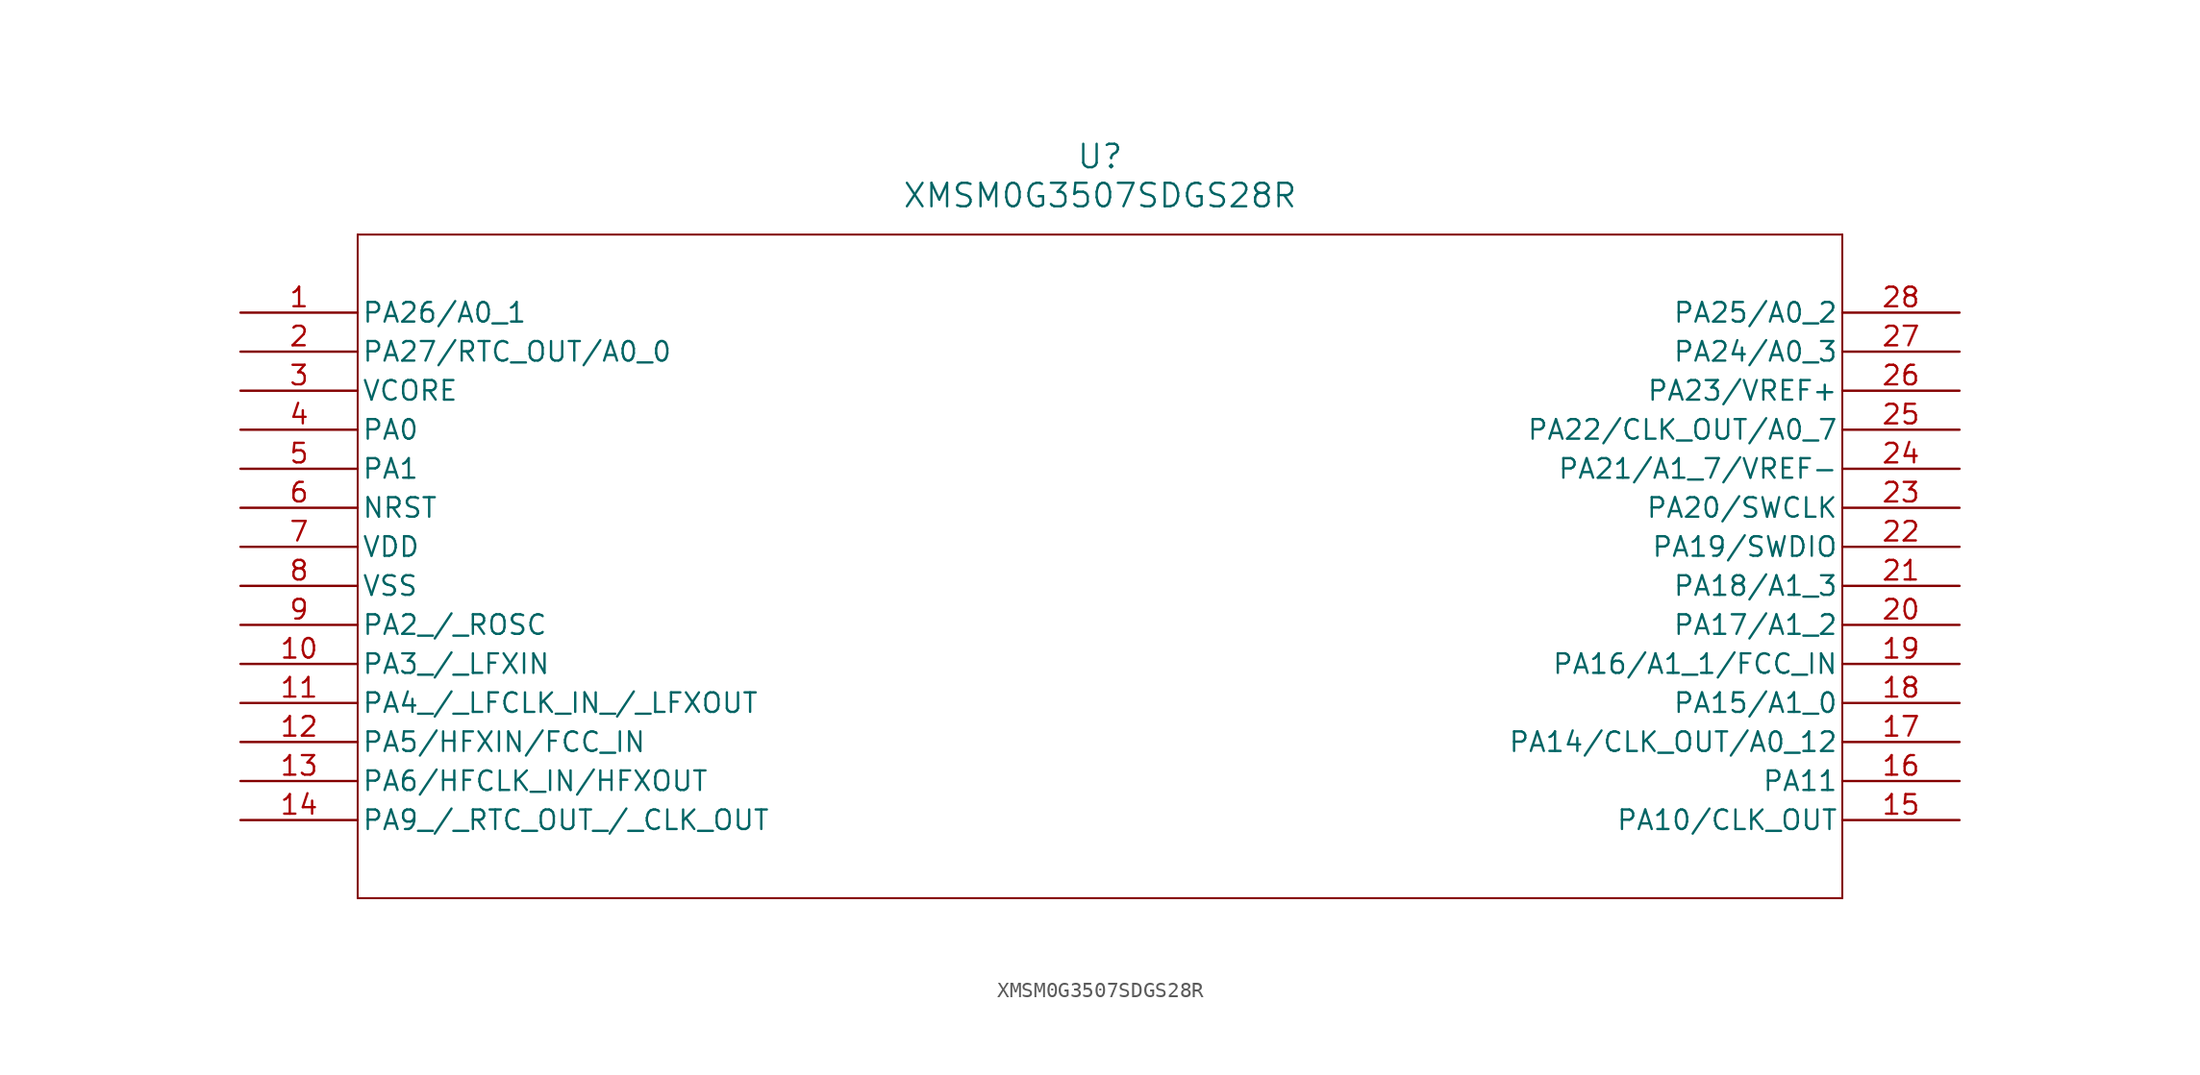
<source format=kicad_sym>
(kicad_symbol_lib
  (version 20211014)
  (generator kicad_symbol_editor)
  (symbol "XMSM0G3507SDGS28R"
    (pin_names
      (offset 0.254))
    (property "Reference" "U"
      (at 55.88 10.16 0)
      (effects (font (size 1.524 1.524))))
    (property "Value" "XMSM0G3507SDGS28R"
      (at 55.88 7.62 0)
      (effects (font (size 1.524 1.524))))
    (symbol "XMSM0G3507SDGS28R_0_1"
      (polyline (pts (xy 7.62 5.08) (xy 7.62 -38.1)) (stroke (width 0.127) (type default) (color 0 0 0 0)) (fill (type none)))
      (polyline (pts (xy 7.62 -38.1) (xy 104.14 -38.1)) (stroke (width 0.127) (type default) (color 0 0 0 0)) (fill (type none)))
      (polyline (pts (xy 104.14 -38.1) (xy 104.14 5.08)) (stroke (width 0.127) (type default) (color 0 0 0 0)) (fill (type none)))
      (polyline (pts (xy 104.14 5.08) (xy 7.62 5.08)) (stroke (width 0.127) (type default) (color 0 0 0 0)) (fill (type none)))
      (pin bidirectional line (at 0 0 0) (length 7.62) (name "PA26/A0_1" (effects (font (size 1.27 1.27)))) (number "1" (effects (font (size 1.27 1.27)))))
      (pin bidirectional line (at 0 -2.54 0) (length 7.62) (name "PA27/RTC_OUT/A0_0" (effects (font (size 1.27 1.27)))) (number "2" (effects (font (size 1.27 1.27)))))
      (pin power_in line (at 0 -5.08 0) (length 7.62) (name "VCORE" (effects (font (size 1.27 1.27)))) (number "3" (effects (font (size 1.27 1.27)))))
      (pin bidirectional line (at 0 -7.62 0) (length 7.62) (name "PA0" (effects (font (size 1.27 1.27)))) (number "4" (effects (font (size 1.27 1.27)))))
      (pin bidirectional line (at 0 -10.16 0) (length 7.62) (name "PA1" (effects (font (size 1.27 1.27)))) (number "5" (effects (font (size 1.27 1.27)))))
      (pin unspecified line (at 0 -12.7 0) (length 7.62) (name "NRST" (effects (font (size 1.27 1.27)))) (number "6" (effects (font (size 1.27 1.27)))))
      (pin power_in line (at 0 -15.24 0) (length 7.62) (name "VDD" (effects (font (size 1.27 1.27)))) (number "7" (effects (font (size 1.27 1.27)))))
      (pin power_out line (at 0 -17.78 0) (length 7.62) (name "VSS" (effects (font (size 1.27 1.27)))) (number "8" (effects (font (size 1.27 1.27)))))
      (pin bidirectional line (at 0 -20.32 0) (length 7.62) (name "PA2 / ROSC" (effects (font (size 1.27 1.27)))) (number "9" (effects (font (size 1.27 1.27)))))
      (pin bidirectional line (at 0 -22.86 0) (length 7.62) (name "PA3 / LFXIN" (effects (font (size 1.27 1.27)))) (number "10" (effects (font (size 1.27 1.27)))))
      (pin bidirectional line (at 0 -25.4 0) (length 7.62) (name "PA4 / LFCLK_IN / LFXOUT" (effects (font (size 1.27 1.27)))) (number "11" (effects (font (size 1.27 1.27)))))
      (pin bidirectional line (at 0 -27.94 0) (length 7.62) (name "PA5/HFXIN/FCC_IN" (effects (font (size 1.27 1.27)))) (number "12" (effects (font (size 1.27 1.27)))))
      (pin bidirectional line (at 0 -30.48 0) (length 7.62) (name "PA6/HFCLK_IN/HFXOUT" (effects (font (size 1.27 1.27)))) (number "13" (effects (font (size 1.27 1.27)))))
      (pin bidirectional line (at 0 -33.02 0) (length 7.62) (name "PA9 / RTC_OUT / CLK_OUT" (effects (font (size 1.27 1.27)))) (number "14" (effects (font (size 1.27 1.27)))))
      (pin bidirectional line (at 111.76 -33.02 180) (length 7.62) (name "PA10/CLK_OUT" (effects (font (size 1.27 1.27)))) (number "15" (effects (font (size 1.27 1.27)))))
      (pin bidirectional line (at 111.76 -30.48 180) (length 7.62) (name "PA11" (effects (font (size 1.27 1.27)))) (number "16" (effects (font (size 1.27 1.27)))))
      (pin bidirectional line (at 111.76 -27.94 180) (length 7.62) (name "PA14/CLK_OUT/A0_12" (effects (font (size 1.27 1.27)))) (number "17" (effects (font (size 1.27 1.27)))))
      (pin bidirectional line (at 111.76 -25.4 180) (length 7.62) (name "PA15/A1_0" (effects (font (size 1.27 1.27)))) (number "18" (effects (font (size 1.27 1.27)))))
      (pin bidirectional line (at 111.76 -22.86 180) (length 7.62) (name "PA16/A1_1/FCC_IN" (effects (font (size 1.27 1.27)))) (number "19" (effects (font (size 1.27 1.27)))))
      (pin bidirectional line (at 111.76 -20.32 180) (length 7.62) (name "PA17/A1_2" (effects (font (size 1.27 1.27)))) (number "20" (effects (font (size 1.27 1.27)))))
      (pin bidirectional line (at 111.76 -17.78 180) (length 7.62) (name "PA18/A1_3" (effects (font (size 1.27 1.27)))) (number "21" (effects (font (size 1.27 1.27)))))
      (pin bidirectional line (at 111.76 -15.24 180) (length 7.62) (name "PA19/SWDIO" (effects (font (size 1.27 1.27)))) (number "22" (effects (font (size 1.27 1.27)))))
      (pin bidirectional line (at 111.76 -12.7 180) (length 7.62) (name "PA20/SWCLK" (effects (font (size 1.27 1.27)))) (number "23" (effects (font (size 1.27 1.27)))))
      (pin power_in line (at 111.76 -10.16 180) (length 7.62) (name "PA21/A1_7/VREF-" (effects (font (size 1.27 1.27)))) (number "24" (effects (font (size 1.27 1.27)))))
      (pin bidirectional line (at 111.76 -7.62 180) (length 7.62) (name "PA22/CLK_OUT/A0_7" (effects (font (size 1.27 1.27)))) (number "25" (effects (font (size 1.27 1.27)))))
      (pin power_in line (at 111.76 -5.08 180) (length 7.62) (name "PA23/VREF+" (effects (font (size 1.27 1.27)))) (number "26" (effects (font (size 1.27 1.27)))))
      (pin bidirectional line (at 111.76 -2.54 180) (length 7.62) (name "PA24/A0_3" (effects (font (size 1.27 1.27)))) (number "27" (effects (font (size 1.27 1.27)))))
      (pin bidirectional line (at 111.76 0 180) (length 7.62) (name "PA25/A0_2" (effects (font (size 1.27 1.27)))) (number "28" (effects (font (size 1.27 1.27))))))))
</source>
